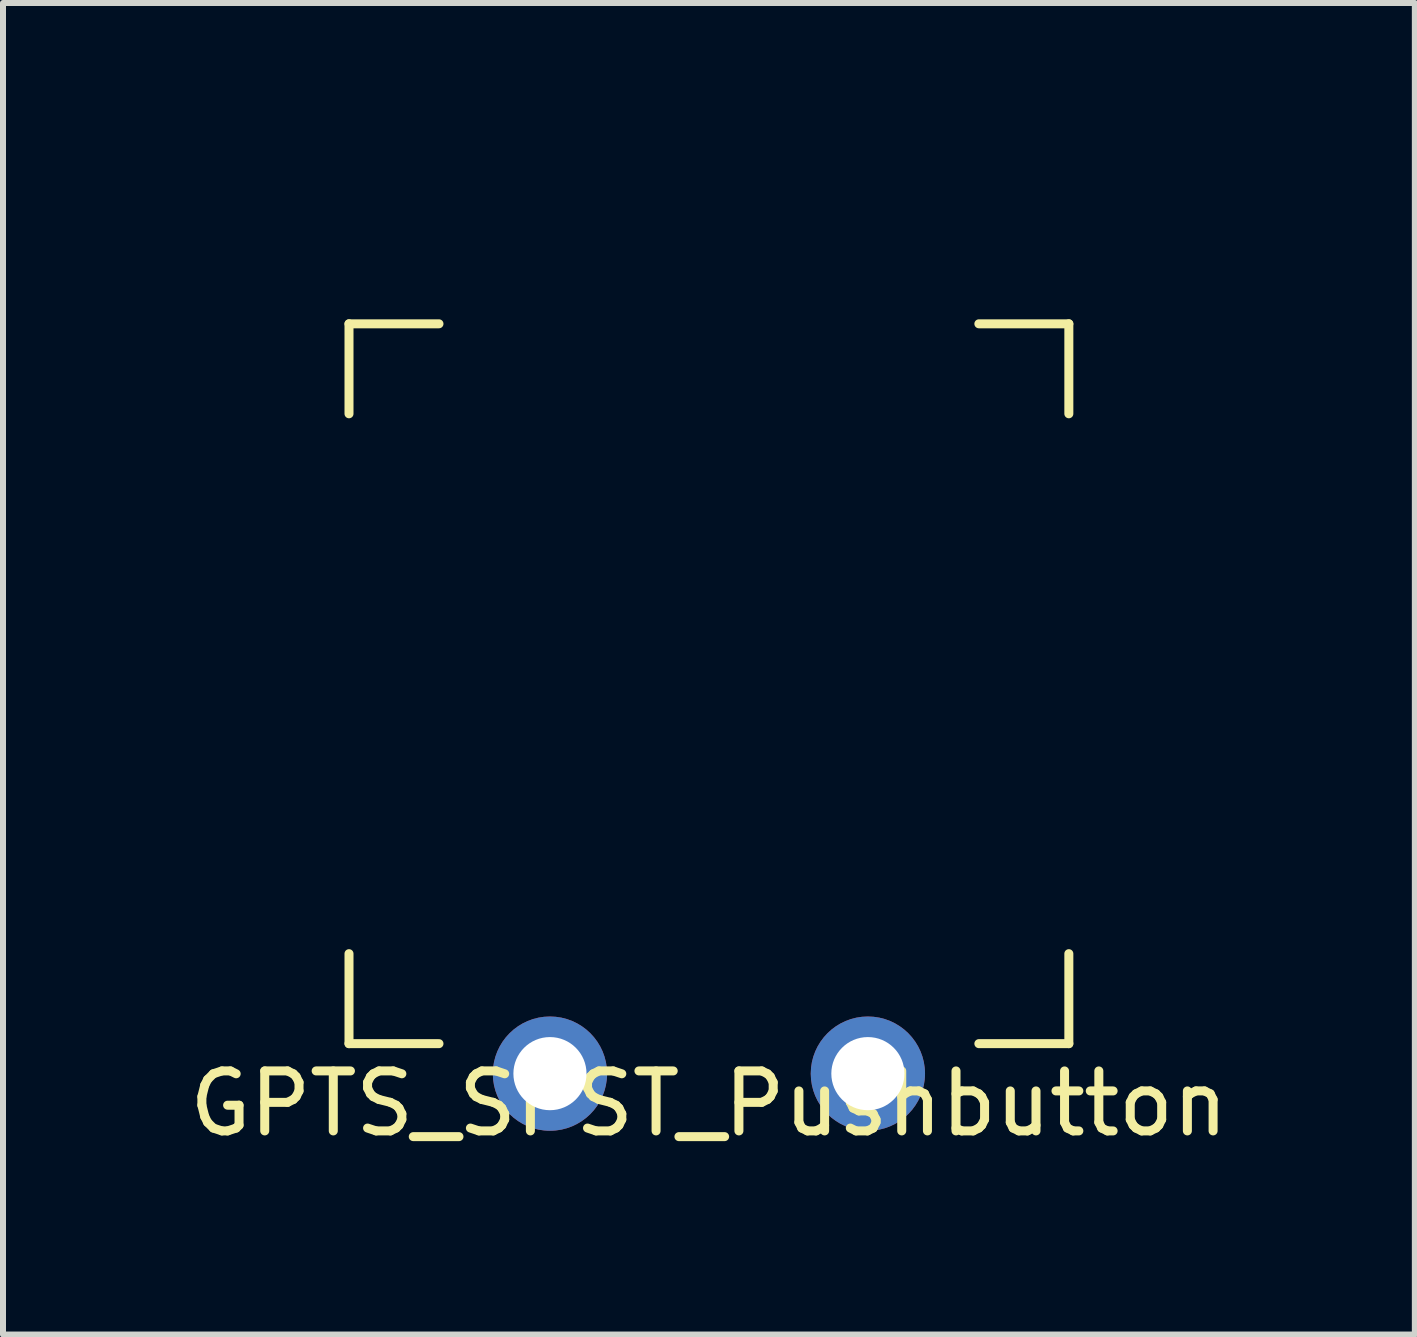
<source format=kicad_pcb>
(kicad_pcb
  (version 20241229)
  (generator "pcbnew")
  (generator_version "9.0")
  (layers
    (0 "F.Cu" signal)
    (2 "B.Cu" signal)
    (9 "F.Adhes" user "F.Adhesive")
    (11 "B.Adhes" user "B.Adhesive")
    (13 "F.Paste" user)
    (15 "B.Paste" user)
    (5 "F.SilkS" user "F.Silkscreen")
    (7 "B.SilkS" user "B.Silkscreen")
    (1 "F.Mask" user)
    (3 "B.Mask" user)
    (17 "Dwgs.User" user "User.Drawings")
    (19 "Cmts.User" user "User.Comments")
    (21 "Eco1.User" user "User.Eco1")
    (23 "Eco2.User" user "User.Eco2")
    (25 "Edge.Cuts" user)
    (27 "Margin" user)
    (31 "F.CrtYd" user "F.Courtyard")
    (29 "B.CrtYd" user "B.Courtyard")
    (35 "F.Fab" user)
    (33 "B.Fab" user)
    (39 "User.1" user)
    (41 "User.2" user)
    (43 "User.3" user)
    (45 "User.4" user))
  (footprint "GPTS_SPST_Pushbutton"
    (layer "F.Cu")
    (at 8.768 8.348)
    (property "Reference" "GPTS_SPST_Pushbutton" (at 0 7 0) (layer "F.SilkS") (effects (font (size 1 1) (thickness 0.15))))
    (attr through_hole)
    (fp_line (start -6 -6) (end -4.5 -6) (stroke (width 0.15) (type solid)) (layer "F.SilkS"))
    (fp_line (start -6 -4.5) (end -6 -6) (stroke (width 0.15) (type solid)) (layer "F.SilkS"))
    (fp_line (start -6 6) (end -6 4.5) (stroke (width 0.15) (type solid)) (layer "F.SilkS"))
    (fp_line (start -4.5 6) (end -6 6) (stroke (width 0.15) (type solid)) (layer "F.SilkS"))
    (fp_line (start 4.5 -6) (end 6 -6) (stroke (width 0.15) (type solid)) (layer "F.SilkS"))
    (fp_line (start 6 -6) (end 6 -4.5) (stroke (width 0.15) (type solid)) (layer "F.SilkS"))
    (fp_line (start 6 4.5) (end 6 6) (stroke (width 0.15) (type solid)) (layer "F.SilkS"))
    (fp_line (start 6 6) (end 4.5 6) (stroke (width 0.15) (type solid)) (layer "F.SilkS"))
    (fp_line (start -6 -6) (end 6 -6) (stroke (width 0.15) (type solid)) (layer "Eco2.User"))
    (fp_line (start -6 6) (end -6 -6) (stroke (width 0.15) (type solid)) (layer "Eco2.User"))
    (fp_line (start 6 -6) (end 6 6) (stroke (width 0.15) (type solid)) (layer "Eco2.User"))
    (fp_line (start 6 6) (end -6 6) (stroke (width 0.15) (type solid)) (layer "Eco2.User"))
    (fp_circle (center 0 0) (end 2.5 0) (stroke (width 0.15) (type solid)) (fill no) (layer "Eco2.User"))
    (fp_text user "DigiKey CW181-ND" (at 0 -7.5 0) (layer "Eco2.User") (effects (font (size 1 1) (thickness 0.15))))
    (pad "1" thru_hole circle (at -2.65 6.5) (size 1.905 1.905) (drill 1.219) (layers "*.Cu" "*.Mask"))
    (pad "2" thru_hole circle (at 2.65 6.5) (size 1.905 1.905) (drill 1.219) (layers "*.Cu" "*.Mask")))
  (gr_rect
    (start -3 -3)
    (end 20.536 19.197)
    (stroke (width 0.1) (type default))
    (fill no)
    (layer "Edge.Cuts")))
</source>
